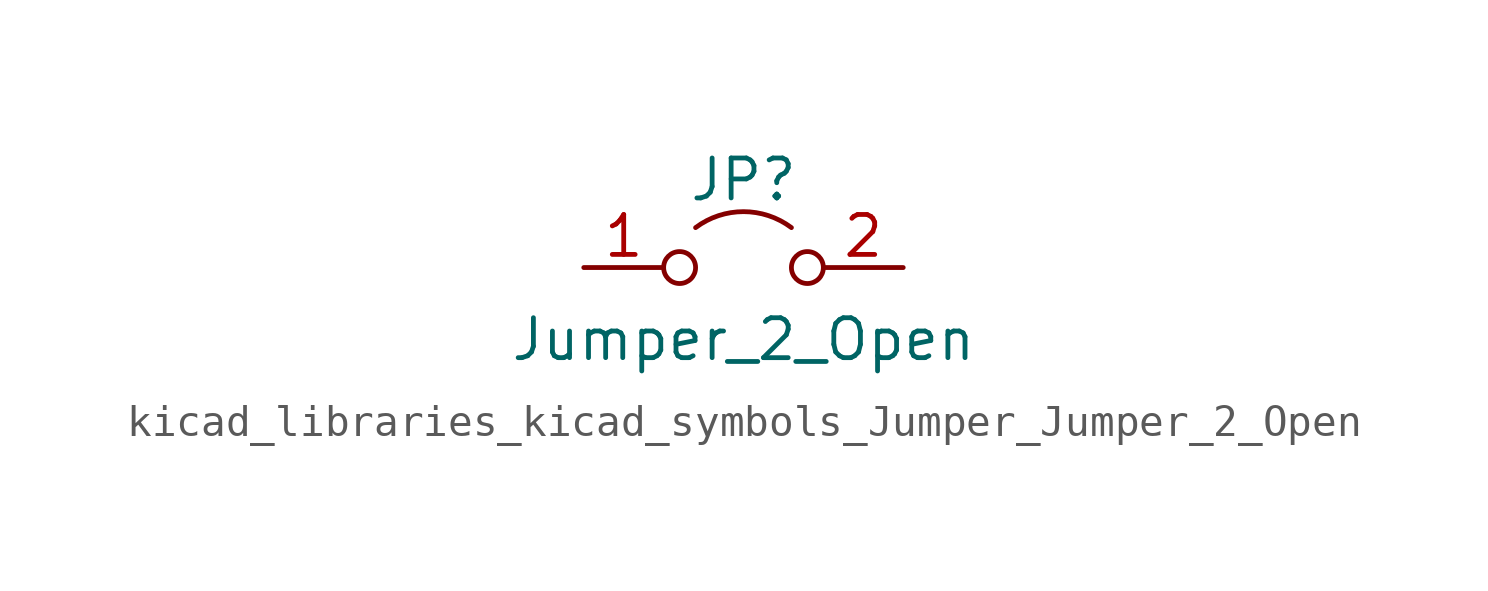
<source format=kicad_sym>
(kicad_symbol_lib
  (version 20220914)
  (generator kicad_symbol_editor)
  (symbol "kicad_libraries_kicad_symbols_Jumper_Jumper_2_Open"
    (pin_names
      (offset 0) hide)
    (property "Reference" "JP"
      (at 0 2.794 0)
      (effects (font (size 1.27 1.27))))
    (property "Value" "Jumper_2_Open"
      (at 0 -2.286 0)
      (effects (font (size 1.27 1.27))))
    (symbol "kicad_libraries_kicad_symbols_Jumper_Jumper_2_Open_0_0"
      (circle (center -2.032 0) (radius 0.508) (stroke (width 0) (type default)) (fill (type none)))
      (circle (center 2.032 0) (radius 0.508) (stroke (width 0) (type default)) (fill (type none))))
    (symbol "kicad_libraries_kicad_symbols_Jumper_Jumper_2_Open_0_1"
      (arc (start 1.524 1.27) (mid 0 1.778) (end -1.524 1.27) (stroke (width 0) (type default)) (fill (type none))))
    (symbol "kicad_libraries_kicad_symbols_Jumper_Jumper_2_Open_1_1"
      (pin passive line (at -5.08 0 0) (length 2.54) (name "A" (effects (font (size 1.27 1.27)))) (number "1" (effects (font (size 1.27 1.27)))))
      (pin passive line (at 5.08 0 180) (length 2.54) (name "B" (effects (font (size 1.27 1.27)))) (number "2" (effects (font (size 1.27 1.27))))))))
</source>
